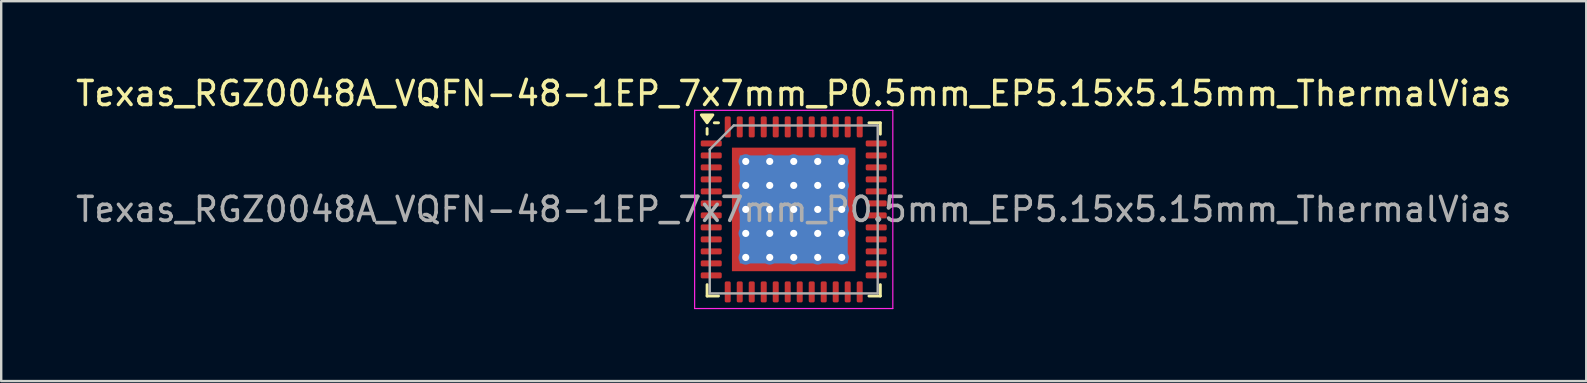
<source format=kicad_pcb>
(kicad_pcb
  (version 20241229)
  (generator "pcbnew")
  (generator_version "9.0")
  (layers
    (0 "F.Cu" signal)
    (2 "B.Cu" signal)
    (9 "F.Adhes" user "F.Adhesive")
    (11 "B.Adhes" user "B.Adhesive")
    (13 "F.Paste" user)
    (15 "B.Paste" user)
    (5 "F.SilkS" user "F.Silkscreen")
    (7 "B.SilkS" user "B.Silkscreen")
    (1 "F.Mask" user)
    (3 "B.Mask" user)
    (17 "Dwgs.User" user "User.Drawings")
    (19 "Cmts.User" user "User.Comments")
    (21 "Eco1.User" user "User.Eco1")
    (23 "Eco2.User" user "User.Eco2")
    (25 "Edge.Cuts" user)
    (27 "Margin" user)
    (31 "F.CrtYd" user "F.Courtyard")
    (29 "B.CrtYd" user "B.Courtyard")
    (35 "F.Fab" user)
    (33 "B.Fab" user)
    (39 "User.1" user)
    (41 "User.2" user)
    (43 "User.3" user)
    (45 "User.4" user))
  (footprint "Texas_RGZ0048A_VQFN-48-1EP_7x7mm_P0.5mm_EP5.15x5.15mm_ThermalVias"
    (layer "F.Cu")
    (at 30.03 5.678)
    (property "Reference" "Texas_RGZ0048A_VQFN-48-1EP_7x7mm_P0.5mm_EP5.15x5.15mm_ThermalVias" (at 0 -4.83 0) (layer "F.SilkS") (effects (font (size 1 1) (thickness 0.15))))
    (attr smd)
    (fp_line (start -3.61 -3.135) (end -3.61 -3.37) (stroke (width 0.12) (type solid)) (layer "F.SilkS"))
    (fp_line (start -3.61 3.61) (end -3.61 3.135) (stroke (width 0.12) (type solid)) (layer "F.SilkS"))
    (fp_line (start -3.135 -3.61) (end -3.31 -3.61) (stroke (width 0.12) (type solid)) (layer "F.SilkS"))
    (fp_line (start -3.135 3.61) (end -3.61 3.61) (stroke (width 0.12) (type solid)) (layer "F.SilkS"))
    (fp_line (start 3.135 -3.61) (end 3.61 -3.61) (stroke (width 0.12) (type solid)) (layer "F.SilkS"))
    (fp_line (start 3.135 3.61) (end 3.61 3.61) (stroke (width 0.12) (type solid)) (layer "F.SilkS"))
    (fp_line (start 3.61 -3.61) (end 3.61 -3.135) (stroke (width 0.12) (type solid)) (layer "F.SilkS"))
    (fp_line (start 3.61 3.61) (end 3.61 3.135) (stroke (width 0.12) (type solid)) (layer "F.SilkS"))
    (fp_poly (pts (xy -3.61 -3.61) (xy -3.85 -3.94) (xy -3.37 -3.94) (xy -3.61 -3.61)) (stroke (width 0.12) (type solid)) (fill yes) (layer "F.SilkS"))
    (fp_line (start -4.13 -4.13) (end -4.13 4.13) (stroke (width 0.05) (type solid)) (layer "F.CrtYd"))
    (fp_line (start -4.13 4.13) (end 4.13 4.13) (stroke (width 0.05) (type solid)) (layer "F.CrtYd"))
    (fp_line (start 4.13 -4.13) (end -4.13 -4.13) (stroke (width 0.05) (type solid)) (layer "F.CrtYd"))
    (fp_line (start 4.13 4.13) (end 4.13 -4.13) (stroke (width 0.05) (type solid)) (layer "F.CrtYd"))
    (fp_line (start -3.5 -2.5) (end -2.5 -3.5) (stroke (width 0.1) (type solid)) (layer "F.Fab"))
    (fp_line (start -3.5 3.5) (end -3.5 -2.5) (stroke (width 0.1) (type solid)) (layer "F.Fab"))
    (fp_line (start -2.5 -3.5) (end 3.5 -3.5) (stroke (width 0.1) (type solid)) (layer "F.Fab"))
    (fp_line (start 3.5 -3.5) (end 3.5 3.5) (stroke (width 0.1) (type solid)) (layer "F.Fab"))
    (fp_line (start 3.5 3.5) (end -3.5 3.5) (stroke (width 0.1) (type solid)) (layer "F.Fab"))
    (fp_text user "${REFERENCE}" (at 0 0 0) (layer "F.Fab") (effects (font (size 1 1) (thickness 0.15))))
    (pad "" smd custom (at -2.288 -2.288) (size 0.342 0.342) (layers "F.Paste") (options (anchor circle)) (primitives (gr_poly (pts (xy -0.116 -0.116) (xy 0.116 -0.116) (xy 0.116 0.012) (xy 0.012 0.116) (xy -0.116 0.116)) (width 0.232) (fill yes))))
    (pad "" smd custom (at -2.288 -1.5) (size 0.371 0.371) (layers "F.Paste") (options (anchor circle)) (primitives (gr_poly (pts (xy -0.14 -0.311) (xy 0.063 -0.311) (xy 0.14 -0.235) (xy 0.14 0.235) (xy 0.063 0.311) (xy -0.14 0.311)) (width 0.184) (fill yes))))
    (pad "" smd custom (at -2.288 -0.5) (size 0.371 0.371) (layers "F.Paste") (options (anchor circle)) (primitives (gr_poly (pts (xy -0.14 -0.311) (xy 0.063 -0.311) (xy 0.14 -0.235) (xy 0.14 0.235) (xy 0.063 0.311) (xy -0.14 0.311)) (width 0.184) (fill yes))))
    (pad "" smd custom (at -2.288 0.5) (size 0.371 0.371) (layers "F.Paste") (options (anchor circle)) (primitives (gr_poly (pts (xy -0.14 -0.311) (xy 0.063 -0.311) (xy 0.14 -0.235) (xy 0.14 0.235) (xy 0.063 0.311) (xy -0.14 0.311)) (width 0.184) (fill yes))))
    (pad "" smd custom (at -2.288 1.5) (size 0.371 0.371) (layers "F.Paste") (options (anchor circle)) (primitives (gr_poly (pts (xy -0.14 -0.311) (xy 0.063 -0.311) (xy 0.14 -0.235) (xy 0.14 0.235) (xy 0.063 0.311) (xy -0.14 0.311)) (width 0.184) (fill yes))))
    (pad "" smd custom (at -2.288 2.288) (size 0.342 0.342) (layers "F.Paste") (options (anchor circle)) (primitives (gr_poly (pts (xy -0.116 -0.116) (xy 0.012 -0.116) (xy 0.116 -0.012) (xy 0.116 0.116) (xy -0.116 0.116)) (width 0.232) (fill yes))))
    (pad "" smd custom (at -1.5 -2.288) (size 0.371 0.371) (layers "F.Paste") (options (anchor circle)) (primitives (gr_poly (pts (xy -0.311 -0.14) (xy 0.311 -0.14) (xy 0.311 0.063) (xy 0.235 0.14) (xy -0.235 0.14) (xy -0.311 0.063)) (width 0.184) (fill yes))))
    (pad "" smd roundrect (at -1.5 -1.5) (size 0.806 0.806) (layers "F.Paste") (roundrect_rratio 0.25))
    (pad "" smd roundrect (at -1.5 -0.5) (size 0.806 0.806) (layers "F.Paste") (roundrect_rratio 0.25))
    (pad "" smd roundrect (at -1.5 0.5) (size 0.806 0.806) (layers "F.Paste") (roundrect_rratio 0.25))
    (pad "" smd roundrect (at -1.5 1.5) (size 0.806 0.806) (layers "F.Paste") (roundrect_rratio 0.25))
    (pad "" smd custom (at -1.5 2.288) (size 0.371 0.371) (layers "F.Paste") (options (anchor circle)) (primitives (gr_poly (pts (xy -0.311 -0.063) (xy -0.235 -0.14) (xy 0.235 -0.14) (xy 0.311 -0.063) (xy 0.311 0.14) (xy -0.311 0.14)) (width 0.184) (fill yes))))
    (pad "" smd custom (at -0.5 -2.288) (size 0.371 0.371) (layers "F.Paste") (options (anchor circle)) (primitives (gr_poly (pts (xy -0.311 -0.14) (xy 0.311 -0.14) (xy 0.311 0.063) (xy 0.235 0.14) (xy -0.235 0.14) (xy -0.311 0.063)) (width 0.184) (fill yes))))
    (pad "" smd roundrect (at -0.5 -1.5) (size 0.806 0.806) (layers "F.Paste") (roundrect_rratio 0.25))
    (pad "" smd roundrect (at -0.5 -0.5) (size 0.806 0.806) (layers "F.Paste") (roundrect_rratio 0.25))
    (pad "" smd roundrect (at -0.5 0.5) (size 0.806 0.806) (layers "F.Paste") (roundrect_rratio 0.25))
    (pad "" smd roundrect (at -0.5 1.5) (size 0.806 0.806) (layers "F.Paste") (roundrect_rratio 0.25))
    (pad "" smd custom (at -0.5 2.288) (size 0.371 0.371) (layers "F.Paste") (options (anchor circle)) (primitives (gr_poly (pts (xy -0.311 -0.063) (xy -0.235 -0.14) (xy 0.235 -0.14) (xy 0.311 -0.063) (xy 0.311 0.14) (xy -0.311 0.14)) (width 0.184) (fill yes))))
    (pad "" smd custom (at 0.5 -2.288) (size 0.371 0.371) (layers "F.Paste") (options (anchor circle)) (primitives (gr_poly (pts (xy -0.311 -0.14) (xy 0.311 -0.14) (xy 0.311 0.063) (xy 0.235 0.14) (xy -0.235 0.14) (xy -0.311 0.063)) (width 0.184) (fill yes))))
    (pad "" smd roundrect (at 0.5 -1.5) (size 0.806 0.806) (layers "F.Paste") (roundrect_rratio 0.25))
    (pad "" smd roundrect (at 0.5 -0.5) (size 0.806 0.806) (layers "F.Paste") (roundrect_rratio 0.25))
    (pad "" smd roundrect (at 0.5 0.5) (size 0.806 0.806) (layers "F.Paste") (roundrect_rratio 0.25))
    (pad "" smd roundrect (at 0.5 1.5) (size 0.806 0.806) (layers "F.Paste") (roundrect_rratio 0.25))
    (pad "" smd custom (at 0.5 2.288) (size 0.371 0.371) (layers "F.Paste") (options (anchor circle)) (primitives (gr_poly (pts (xy -0.311 -0.063) (xy -0.235 -0.14) (xy 0.235 -0.14) (xy 0.311 -0.063) (xy 0.311 0.14) (xy -0.311 0.14)) (width 0.184) (fill yes))))
    (pad "" smd custom (at 1.5 -2.288) (size 0.371 0.371) (layers "F.Paste") (options (anchor circle)) (primitives (gr_poly (pts (xy -0.311 -0.14) (xy 0.311 -0.14) (xy 0.311 0.063) (xy 0.235 0.14) (xy -0.235 0.14) (xy -0.311 0.063)) (width 0.184) (fill yes))))
    (pad "" smd roundrect (at 1.5 -1.5) (size 0.806 0.806) (layers "F.Paste") (roundrect_rratio 0.25))
    (pad "" smd roundrect (at 1.5 -0.5) (size 0.806 0.806) (layers "F.Paste") (roundrect_rratio 0.25))
    (pad "" smd roundrect (at 1.5 0.5) (size 0.806 0.806) (layers "F.Paste") (roundrect_rratio 0.25))
    (pad "" smd roundrect (at 1.5 1.5) (size 0.806 0.806) (layers "F.Paste") (roundrect_rratio 0.25))
    (pad "" smd custom (at 1.5 2.288) (size 0.371 0.371) (layers "F.Paste") (options (anchor circle)) (primitives (gr_poly (pts (xy -0.311 -0.063) (xy -0.235 -0.14) (xy 0.235 -0.14) (xy 0.311 -0.063) (xy 0.311 0.14) (xy -0.311 0.14)) (width 0.184) (fill yes))))
    (pad "" smd custom (at 2.288 -2.288) (size 0.342 0.342) (layers "F.Paste") (options (anchor circle)) (primitives (gr_poly (pts (xy -0.116 -0.116) (xy 0.116 -0.116) (xy 0.116 0.116) (xy -0.012 0.116) (xy -0.116 0.012)) (width 0.232) (fill yes))))
    (pad "" smd custom (at 2.288 -1.5) (size 0.371 0.371) (layers "F.Paste") (options (anchor circle)) (primitives (gr_poly (pts (xy -0.14 -0.235) (xy -0.063 -0.311) (xy 0.14 -0.311) (xy 0.14 0.311) (xy -0.063 0.311) (xy -0.14 0.235)) (width 0.184) (fill yes))))
    (pad "" smd custom (at 2.288 -0.5) (size 0.371 0.371) (layers "F.Paste") (options (anchor circle)) (primitives (gr_poly (pts (xy -0.14 -0.235) (xy -0.063 -0.311) (xy 0.14 -0.311) (xy 0.14 0.311) (xy -0.063 0.311) (xy -0.14 0.235)) (width 0.184) (fill yes))))
    (pad "" smd custom (at 2.288 0.5) (size 0.371 0.371) (layers "F.Paste") (options (anchor circle)) (primitives (gr_poly (pts (xy -0.14 -0.235) (xy -0.063 -0.311) (xy 0.14 -0.311) (xy 0.14 0.311) (xy -0.063 0.311) (xy -0.14 0.235)) (width 0.184) (fill yes))))
    (pad "" smd custom (at 2.288 1.5) (size 0.371 0.371) (layers "F.Paste") (options (anchor circle)) (primitives (gr_poly (pts (xy -0.14 -0.235) (xy -0.063 -0.311) (xy 0.14 -0.311) (xy 0.14 0.311) (xy -0.063 0.311) (xy -0.14 0.235)) (width 0.184) (fill yes))))
    (pad "" smd custom (at 2.288 2.288) (size 0.342 0.342) (layers "F.Paste") (options (anchor circle)) (primitives (gr_poly (pts (xy -0.116 -0.012) (xy -0.012 -0.116) (xy 0.116 -0.116) (xy 0.116 0.116) (xy -0.116 0.116)) (width 0.232) (fill yes))))
    (pad "1" smd roundrect (at -3.438 -2.75) (size 0.875 0.25) (layers "F.Cu" "F.Mask" "F.Paste") (roundrect_rratio 0.25))
    (pad "2" smd roundrect (at -3.438 -2.25) (size 0.875 0.25) (layers "F.Cu" "F.Mask" "F.Paste") (roundrect_rratio 0.25))
    (pad "3" smd roundrect (at -3.438 -1.75) (size 0.875 0.25) (layers "F.Cu" "F.Mask" "F.Paste") (roundrect_rratio 0.25))
    (pad "4" smd roundrect (at -3.438 -1.25) (size 0.875 0.25) (layers "F.Cu" "F.Mask" "F.Paste") (roundrect_rratio 0.25))
    (pad "5" smd roundrect (at -3.438 -0.75) (size 0.875 0.25) (layers "F.Cu" "F.Mask" "F.Paste") (roundrect_rratio 0.25))
    (pad "6" smd roundrect (at -3.438 -0.25) (size 0.875 0.25) (layers "F.Cu" "F.Mask" "F.Paste") (roundrect_rratio 0.25))
    (pad "7" smd roundrect (at -3.438 0.25) (size 0.875 0.25) (layers "F.Cu" "F.Mask" "F.Paste") (roundrect_rratio 0.25))
    (pad "8" smd roundrect (at -3.438 0.75) (size 0.875 0.25) (layers "F.Cu" "F.Mask" "F.Paste") (roundrect_rratio 0.25))
    (pad "9" smd roundrect (at -3.438 1.25) (size 0.875 0.25) (layers "F.Cu" "F.Mask" "F.Paste") (roundrect_rratio 0.25))
    (pad "10" smd roundrect (at -3.438 1.75) (size 0.875 0.25) (layers "F.Cu" "F.Mask" "F.Paste") (roundrect_rratio 0.25))
    (pad "11" smd roundrect (at -3.438 2.25) (size 0.875 0.25) (layers "F.Cu" "F.Mask" "F.Paste") (roundrect_rratio 0.25))
    (pad "12" smd roundrect (at -3.438 2.75) (size 0.875 0.25) (layers "F.Cu" "F.Mask" "F.Paste") (roundrect_rratio 0.25))
    (pad "13" smd roundrect (at -2.75 3.438) (size 0.25 0.875) (layers "F.Cu" "F.Mask" "F.Paste") (roundrect_rratio 0.25))
    (pad "14" smd roundrect (at -2.25 3.438) (size 0.25 0.875) (layers "F.Cu" "F.Mask" "F.Paste") (roundrect_rratio 0.25))
    (pad "15" smd roundrect (at -1.75 3.438) (size 0.25 0.875) (layers "F.Cu" "F.Mask" "F.Paste") (roundrect_rratio 0.25))
    (pad "16" smd roundrect (at -1.25 3.438) (size 0.25 0.875) (layers "F.Cu" "F.Mask" "F.Paste") (roundrect_rratio 0.25))
    (pad "17" smd roundrect (at -0.75 3.438) (size 0.25 0.875) (layers "F.Cu" "F.Mask" "F.Paste") (roundrect_rratio 0.25))
    (pad "18" smd roundrect (at -0.25 3.438) (size 0.25 0.875) (layers "F.Cu" "F.Mask" "F.Paste") (roundrect_rratio 0.25))
    (pad "19" smd roundrect (at 0.25 3.438) (size 0.25 0.875) (layers "F.Cu" "F.Mask" "F.Paste") (roundrect_rratio 0.25))
    (pad "20" smd roundrect (at 0.75 3.438) (size 0.25 0.875) (layers "F.Cu" "F.Mask" "F.Paste") (roundrect_rratio 0.25))
    (pad "21" smd roundrect (at 1.25 3.438) (size 0.25 0.875) (layers "F.Cu" "F.Mask" "F.Paste") (roundrect_rratio 0.25))
    (pad "22" smd roundrect (at 1.75 3.438) (size 0.25 0.875) (layers "F.Cu" "F.Mask" "F.Paste") (roundrect_rratio 0.25))
    (pad "23" smd roundrect (at 2.25 3.438) (size 0.25 0.875) (layers "F.Cu" "F.Mask" "F.Paste") (roundrect_rratio 0.25))
    (pad "24" smd roundrect (at 2.75 3.438) (size 0.25 0.875) (layers "F.Cu" "F.Mask" "F.Paste") (roundrect_rratio 0.25))
    (pad "25" smd roundrect (at 3.438 2.75) (size 0.875 0.25) (layers "F.Cu" "F.Mask" "F.Paste") (roundrect_rratio 0.25))
    (pad "26" smd roundrect (at 3.438 2.25) (size 0.875 0.25) (layers "F.Cu" "F.Mask" "F.Paste") (roundrect_rratio 0.25))
    (pad "27" smd roundrect (at 3.438 1.75) (size 0.875 0.25) (layers "F.Cu" "F.Mask" "F.Paste") (roundrect_rratio 0.25))
    (pad "28" smd roundrect (at 3.438 1.25) (size 0.875 0.25) (layers "F.Cu" "F.Mask" "F.Paste") (roundrect_rratio 0.25))
    (pad "29" smd roundrect (at 3.438 0.75) (size 0.875 0.25) (layers "F.Cu" "F.Mask" "F.Paste") (roundrect_rratio 0.25))
    (pad "30" smd roundrect (at 3.438 0.25) (size 0.875 0.25) (layers "F.Cu" "F.Mask" "F.Paste") (roundrect_rratio 0.25))
    (pad "31" smd roundrect (at 3.438 -0.25) (size 0.875 0.25) (layers "F.Cu" "F.Mask" "F.Paste") (roundrect_rratio 0.25))
    (pad "32" smd roundrect (at 3.438 -0.75) (size 0.875 0.25) (layers "F.Cu" "F.Mask" "F.Paste") (roundrect_rratio 0.25))
    (pad "33" smd roundrect (at 3.438 -1.25) (size 0.875 0.25) (layers "F.Cu" "F.Mask" "F.Paste") (roundrect_rratio 0.25))
    (pad "34" smd roundrect (at 3.438 -1.75) (size 0.875 0.25) (layers "F.Cu" "F.Mask" "F.Paste") (roundrect_rratio 0.25))
    (pad "35" smd roundrect (at 3.438 -2.25) (size 0.875 0.25) (layers "F.Cu" "F.Mask" "F.Paste") (roundrect_rratio 0.25))
    (pad "36" smd roundrect (at 3.438 -2.75) (size 0.875 0.25) (layers "F.Cu" "F.Mask" "F.Paste") (roundrect_rratio 0.25))
    (pad "37" smd roundrect (at 2.75 -3.438) (size 0.25 0.875) (layers "F.Cu" "F.Mask" "F.Paste") (roundrect_rratio 0.25))
    (pad "38" smd roundrect (at 2.25 -3.438) (size 0.25 0.875) (layers "F.Cu" "F.Mask" "F.Paste") (roundrect_rratio 0.25))
    (pad "39" smd roundrect (at 1.75 -3.438) (size 0.25 0.875) (layers "F.Cu" "F.Mask" "F.Paste") (roundrect_rratio 0.25))
    (pad "40" smd roundrect (at 1.25 -3.438) (size 0.25 0.875) (layers "F.Cu" "F.Mask" "F.Paste") (roundrect_rratio 0.25))
    (pad "41" smd roundrect (at 0.75 -3.438) (size 0.25 0.875) (layers "F.Cu" "F.Mask" "F.Paste") (roundrect_rratio 0.25))
    (pad "42" smd roundrect (at 0.25 -3.438) (size 0.25 0.875) (layers "F.Cu" "F.Mask" "F.Paste") (roundrect_rratio 0.25))
    (pad "43" smd roundrect (at -0.25 -3.438) (size 0.25 0.875) (layers "F.Cu" "F.Mask" "F.Paste") (roundrect_rratio 0.25))
    (pad "44" smd roundrect (at -0.75 -3.438) (size 0.25 0.875) (layers "F.Cu" "F.Mask" "F.Paste") (roundrect_rratio 0.25))
    (pad "45" smd roundrect (at -1.25 -3.438) (size 0.25 0.875) (layers "F.Cu" "F.Mask" "F.Paste") (roundrect_rratio 0.25))
    (pad "46" smd roundrect (at -1.75 -3.438) (size 0.25 0.875) (layers "F.Cu" "F.Mask" "F.Paste") (roundrect_rratio 0.25))
    (pad "47" smd roundrect (at -2.25 -3.438) (size 0.25 0.875) (layers "F.Cu" "F.Mask" "F.Paste") (roundrect_rratio 0.25))
    (pad "48" smd roundrect (at -2.75 -3.438) (size 0.25 0.875) (layers "F.Cu" "F.Mask" "F.Paste") (roundrect_rratio 0.25))
    (pad "49" thru_hole circle (at -2 -2) (size 0.6 0.6) (drill 0.3) (property pad_prop_heatsink) (layers "*.Cu"))
    (pad "49" thru_hole circle (at -2 -1) (size 0.6 0.6) (drill 0.3) (property pad_prop_heatsink) (layers "*.Cu"))
    (pad "49" thru_hole circle (at -2 0) (size 0.6 0.6) (drill 0.3) (property pad_prop_heatsink) (layers "*.Cu"))
    (pad "49" thru_hole circle (at -2 1) (size 0.6 0.6) (drill 0.3) (property pad_prop_heatsink) (layers "*.Cu"))
    (pad "49" thru_hole circle (at -2 2) (size 0.6 0.6) (drill 0.3) (property pad_prop_heatsink) (layers "*.Cu"))
    (pad "49" thru_hole circle (at -1 -2) (size 0.6 0.6) (drill 0.3) (property pad_prop_heatsink) (layers "*.Cu"))
    (pad "49" thru_hole circle (at -1 -1) (size 0.6 0.6) (drill 0.3) (property pad_prop_heatsink) (layers "*.Cu"))
    (pad "49" thru_hole circle (at -1 0) (size 0.6 0.6) (drill 0.3) (property pad_prop_heatsink) (layers "*.Cu"))
    (pad "49" thru_hole circle (at -1 1) (size 0.6 0.6) (drill 0.3) (property pad_prop_heatsink) (layers "*.Cu"))
    (pad "49" thru_hole circle (at -1 2) (size 0.6 0.6) (drill 0.3) (property pad_prop_heatsink) (layers "*.Cu"))
    (pad "49" thru_hole circle (at 0 -2) (size 0.6 0.6) (drill 0.3) (property pad_prop_heatsink) (layers "*.Cu"))
    (pad "49" thru_hole circle (at 0 -1) (size 0.6 0.6) (drill 0.3) (property pad_prop_heatsink) (layers "*.Cu"))
    (pad "49" thru_hole circle (at 0 0) (size 0.6 0.6) (drill 0.3) (property pad_prop_heatsink) (layers "*.Cu"))
    (pad "49" smd rect (at 0 0) (size 4.5 4.5) (property pad_prop_heatsink) (layers "B.Cu"))
    (pad "49" smd rect (at 0 0) (size 5.15 5.15) (property pad_prop_heatsink) (layers "F.Cu" "F.Mask"))
    (pad "49" thru_hole circle (at 0 1) (size 0.6 0.6) (drill 0.3) (property pad_prop_heatsink) (layers "*.Cu"))
    (pad "49" thru_hole circle (at 0 2) (size 0.6 0.6) (drill 0.3) (property pad_prop_heatsink) (layers "*.Cu"))
    (pad "49" thru_hole circle (at 1 -2) (size 0.6 0.6) (drill 0.3) (property pad_prop_heatsink) (layers "*.Cu"))
    (pad "49" thru_hole circle (at 1 -1) (size 0.6 0.6) (drill 0.3) (property pad_prop_heatsink) (layers "*.Cu"))
    (pad "49" thru_hole circle (at 1 0) (size 0.6 0.6) (drill 0.3) (property pad_prop_heatsink) (layers "*.Cu"))
    (pad "49" thru_hole circle (at 1 1) (size 0.6 0.6) (drill 0.3) (property pad_prop_heatsink) (layers "*.Cu"))
    (pad "49" thru_hole circle (at 1 2) (size 0.6 0.6) (drill 0.3) (property pad_prop_heatsink) (layers "*.Cu"))
    (pad "49" thru_hole circle (at 2 -2) (size 0.6 0.6) (drill 0.3) (property pad_prop_heatsink) (layers "*.Cu"))
    (pad "49" thru_hole circle (at 2 -1) (size 0.6 0.6) (drill 0.3) (property pad_prop_heatsink) (layers "*.Cu"))
    (pad "49" thru_hole circle (at 2 0) (size 0.6 0.6) (drill 0.3) (property pad_prop_heatsink) (layers "*.Cu"))
    (pad "49" thru_hole circle (at 2 1) (size 0.6 0.6) (drill 0.3) (property pad_prop_heatsink) (layers "*.Cu"))
    (pad "49" thru_hole circle (at 2 2) (size 0.6 0.6) (drill 0.3) (property pad_prop_heatsink) (layers "*.Cu")))
  (gr_rect
    (start -3 -3)
    (end 63.06 12.833)
    (stroke (width 0.1) (type default))
    (fill no)
    (layer "Edge.Cuts")))
</source>
